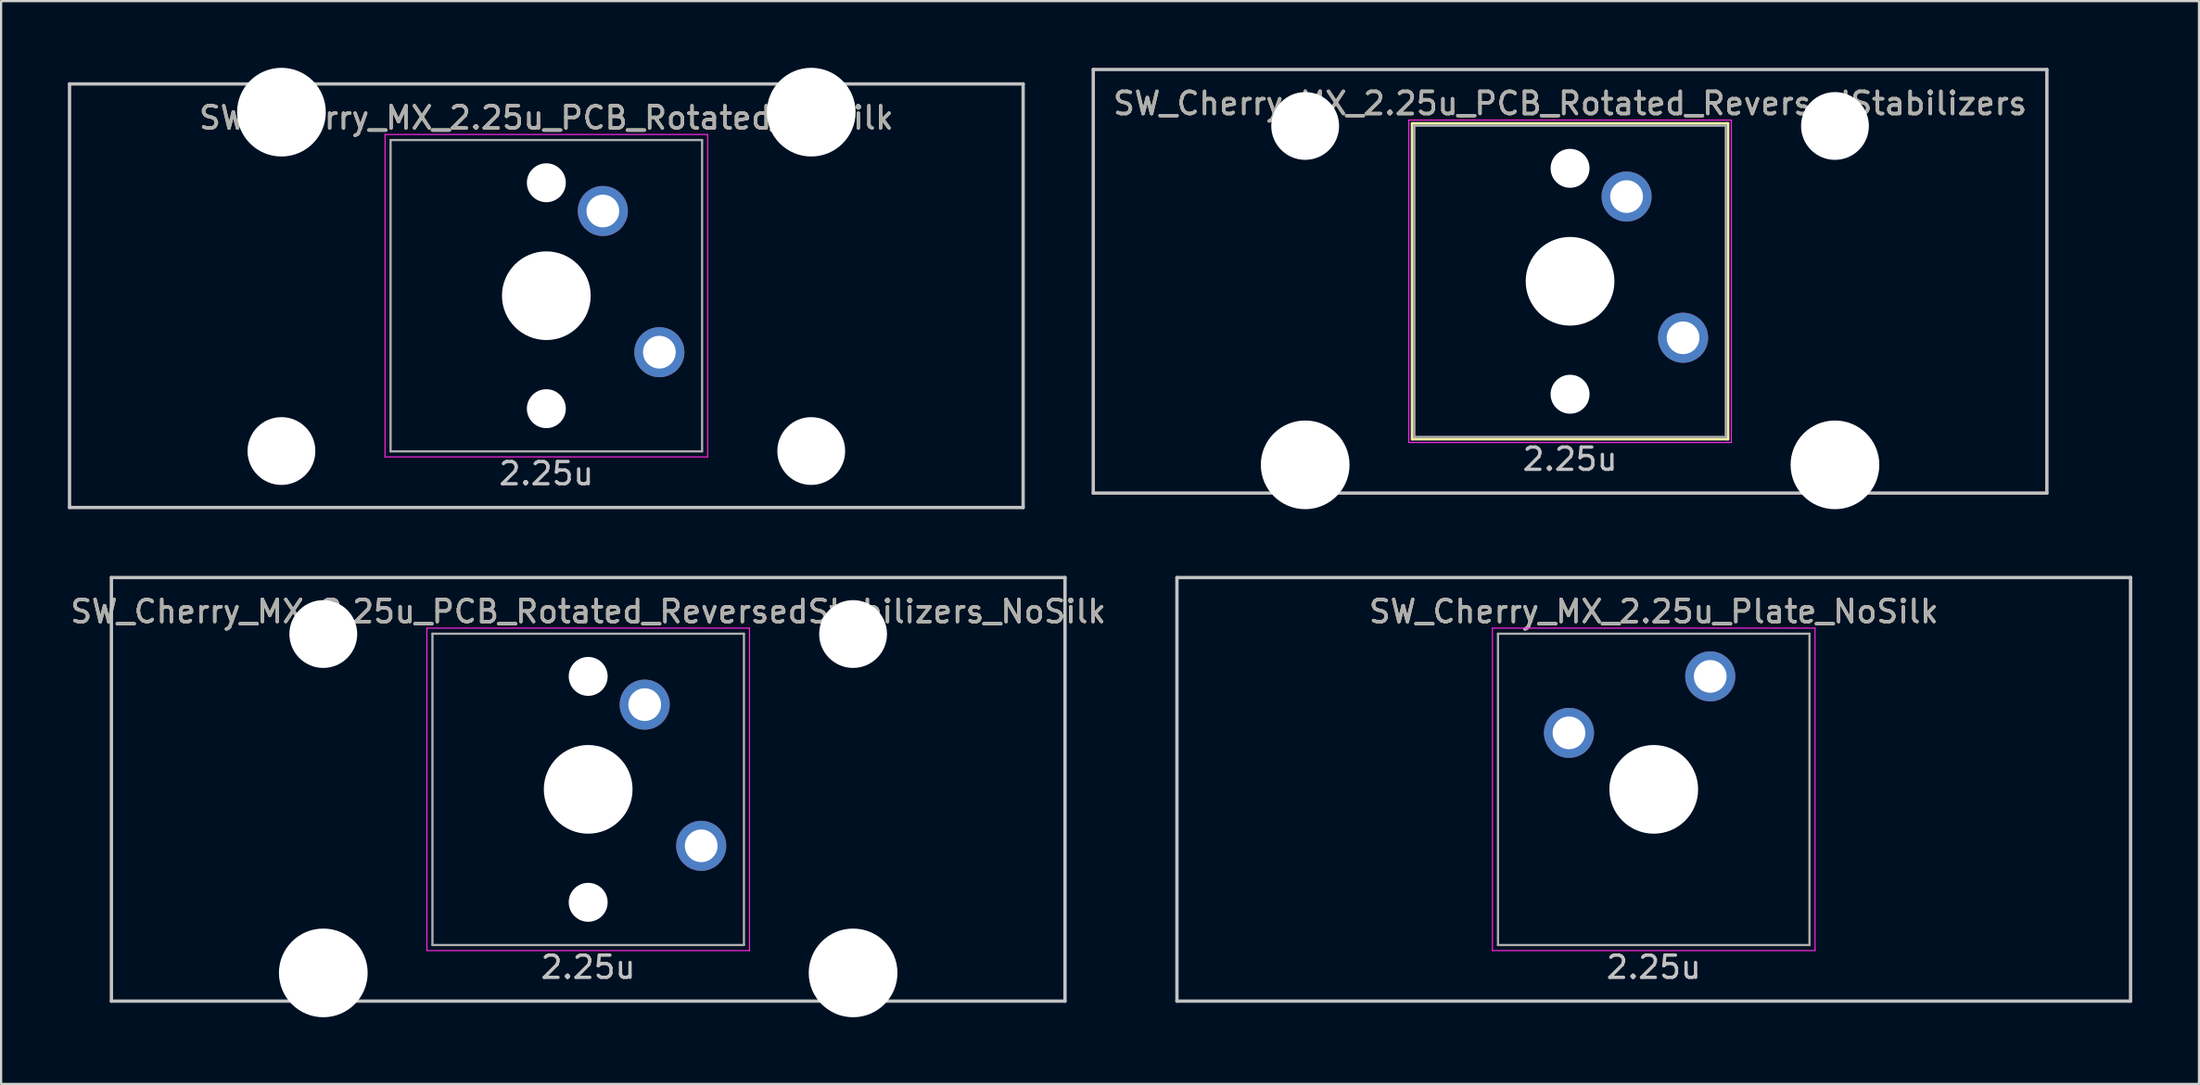
<source format=kicad_pcb>
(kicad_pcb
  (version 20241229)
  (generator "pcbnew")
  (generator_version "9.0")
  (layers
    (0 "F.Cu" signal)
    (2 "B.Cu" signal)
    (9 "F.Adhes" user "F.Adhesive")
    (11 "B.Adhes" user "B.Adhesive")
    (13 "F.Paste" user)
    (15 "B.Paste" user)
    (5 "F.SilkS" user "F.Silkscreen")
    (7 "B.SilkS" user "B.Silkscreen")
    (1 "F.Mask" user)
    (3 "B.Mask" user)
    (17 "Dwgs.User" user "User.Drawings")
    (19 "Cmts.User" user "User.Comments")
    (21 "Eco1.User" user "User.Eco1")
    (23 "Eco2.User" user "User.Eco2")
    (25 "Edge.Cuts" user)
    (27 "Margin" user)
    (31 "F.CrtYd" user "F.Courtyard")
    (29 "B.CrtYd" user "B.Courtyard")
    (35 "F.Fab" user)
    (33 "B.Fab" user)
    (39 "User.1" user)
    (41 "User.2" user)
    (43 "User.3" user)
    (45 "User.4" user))
  (footprint "SW_Cherry_MX_2.25u_Plate_NoSilk"
    (layer "F.Cu")
    (at 71.28 32.449)
    (property "Reference" "SW_Cherry_MX_2.25u_Plate_NoSilk" (at 0 -8 0) (layer "F.SilkS") (effects (font (size 1 1) (thickness 0.15))))
    (attr through_hole)
    (fp_line (start -21.431 -9.525) (end 21.431 -9.525) (stroke (width 0.15) (type solid)) (layer "Dwgs.User"))
    (fp_line (start -21.431 9.525) (end -21.431 -9.525) (stroke (width 0.15) (type solid)) (layer "Dwgs.User"))
    (fp_line (start -21.431 9.525) (end 21.431 9.525) (stroke (width 0.15) (type solid)) (layer "Dwgs.User"))
    (fp_line (start 21.431 -9.525) (end 21.431 9.525) (stroke (width 0.15) (type solid)) (layer "Dwgs.User"))
    (fp_line (start -7.25 -7.25) (end 7.25 -7.25) (stroke (width 0.05) (type solid)) (layer "F.CrtYd"))
    (fp_line (start -7.25 7.25) (end -7.25 -7.25) (stroke (width 0.05) (type solid)) (layer "F.CrtYd"))
    (fp_line (start 7.25 -7.25) (end 7.25 7.25) (stroke (width 0.05) (type solid)) (layer "F.CrtYd"))
    (fp_line (start 7.25 7.25) (end -7.25 7.25) (stroke (width 0.05) (type solid)) (layer "F.CrtYd"))
    (fp_line (start -7 -7) (end 7 -7) (stroke (width 0.1) (type solid)) (layer "F.Fab"))
    (fp_line (start -7 7) (end -7 -7) (stroke (width 0.1) (type solid)) (layer "F.Fab"))
    (fp_line (start 7 -7) (end 7 7) (stroke (width 0.1) (type solid)) (layer "F.Fab"))
    (fp_line (start 7 7) (end -7 7) (stroke (width 0.1) (type solid)) (layer "F.Fab"))
    (fp_text user "2.25u" (at 0 8 0) (layer "Dwgs.User") (effects (font (size 1 1) (thickness 0.15))))
    (fp_text user "${REFERENCE}" (at 0 -8 0) (layer "F.Fab") (effects (font (size 1 1) (thickness 0.15))))
    (pad "" np_thru_hole circle (at 0 0) (size 3.988 3.988) (drill 3.988) (layers "*.Cu" "*.Mask"))
    (pad "1" thru_hole circle (at -3.81 -2.54) (size 2.25 2.25) (drill 1.47) (layers "*.Cu" "B.Mask"))
    (pad "2" thru_hole circle (at 2.54 -5.08) (size 2.25 2.25) (drill 1.47) (layers "*.Cu" "B.Mask")))
  (footprint "SW_Cherry_MX_2.25u_PCB_Rotated_ReversedStabilizers"
    (layer "F.Cu")
    (at 67.519 9.6)
    (property "Reference" "SW_Cherry_MX_2.25u_PCB_Rotated_ReversedStabilizers" (at 0 -8 0) (layer "F.SilkS") (effects (font (size 1 1) (thickness 0.15))))
    (attr through_hole)
    (fp_line (start -7.1 -7.1) (end 7.1 -7.1) (stroke (width 0.12) (type solid)) (layer "F.SilkS"))
    (fp_line (start -7.1 7.1) (end -7.1 -7.1) (stroke (width 0.12) (type solid)) (layer "F.SilkS"))
    (fp_line (start 7.1 -7.1) (end 7.1 7.1) (stroke (width 0.12) (type solid)) (layer "F.SilkS"))
    (fp_line (start 7.1 7.1) (end -7.1 7.1) (stroke (width 0.12) (type solid)) (layer "F.SilkS"))
    (fp_line (start -21.431 9.525) (end -21.431 -9.525) (stroke (width 0.15) (type solid)) (layer "Dwgs.User"))
    (fp_line (start 21.431 -9.525) (end -21.431 -9.525) (stroke (width 0.15) (type solid)) (layer "Dwgs.User"))
    (fp_line (start 21.431 -9.525) (end 21.431 9.525) (stroke (width 0.15) (type solid)) (layer "Dwgs.User"))
    (fp_line (start 21.431 9.525) (end -21.431 9.525) (stroke (width 0.15) (type solid)) (layer "Dwgs.User"))
    (fp_line (start -7.25 -7.25) (end 7.25 -7.25) (stroke (width 0.05) (type solid)) (layer "F.CrtYd"))
    (fp_line (start -7.25 7.25) (end -7.25 -7.25) (stroke (width 0.05) (type solid)) (layer "F.CrtYd"))
    (fp_line (start 7.25 -7.25) (end 7.25 7.25) (stroke (width 0.05) (type solid)) (layer "F.CrtYd"))
    (fp_line (start 7.25 7.25) (end -7.25 7.25) (stroke (width 0.05) (type solid)) (layer "F.CrtYd"))
    (fp_line (start -7 -7) (end 7 -7) (stroke (width 0.1) (type solid)) (layer "F.Fab"))
    (fp_line (start -7 7) (end -7 -7) (stroke (width 0.1) (type solid)) (layer "F.Fab"))
    (fp_line (start 7 -7) (end 7 7) (stroke (width 0.1) (type solid)) (layer "F.Fab"))
    (fp_line (start 7 7) (end -7 7) (stroke (width 0.1) (type solid)) (layer "F.Fab"))
    (fp_text user "2.25u" (at 0 8 0) (layer "Dwgs.User") (effects (font (size 1 1) (thickness 0.15))))
    (fp_text user "${REFERENCE}" (at 0 -8 0) (layer "F.Fab") (effects (font (size 1 1) (thickness 0.15))))
    (pad "" np_thru_hole circle (at -11.906 -6.985 180) (size 3.048 3.048) (drill 3.048) (layers "*.Cu" "*.Mask"))
    (pad "" np_thru_hole circle (at -11.906 8.255 180) (size 3.988 3.988) (drill 3.988) (layers "*.Cu" "*.Mask"))
    (pad "" np_thru_hole circle (at 0 -5.08 318.1) (size 1.75 1.75) (drill 1.75) (layers "*.Cu" "*.Mask"))
    (pad "" np_thru_hole circle (at 0 0 270) (size 3.988 3.988) (drill 3.988) (layers "*.Cu" "*.Mask"))
    (pad "" np_thru_hole circle (at 0 5.08 318.1) (size 1.75 1.75) (drill 1.75) (layers "*.Cu" "*.Mask"))
    (pad "" np_thru_hole circle (at 11.906 -6.985 180) (size 3.048 3.048) (drill 3.048) (layers "*.Cu" "*.Mask"))
    (pad "" np_thru_hole circle (at 11.906 8.255 180) (size 3.988 3.988) (drill 3.988) (layers "*.Cu" "*.Mask"))
    (pad "1" thru_hole circle (at 2.54 -3.81 270) (size 2.25 2.25) (drill 1.47) (layers "*.Cu" "B.Mask"))
    (pad "2" thru_hole circle (at 5.08 2.54 270) (size 2.25 2.25) (drill 1.47) (layers "*.Cu" "B.Mask")))
  (footprint "SW_Cherry_MX_2.25u_PCB_Rotated_ReversedStabilizers_NoSilk"
    (layer "F.Cu")
    (at 23.387 32.449)
    (property "Reference" "SW_Cherry_MX_2.25u_PCB_Rotated_ReversedStabilizers_NoSilk" (at 0 -8 0) (layer "F.SilkS") (effects (font (size 1 1) (thickness 0.15))))
    (attr through_hole)
    (fp_line (start -21.431 9.525) (end -21.431 -9.525) (stroke (width 0.15) (type solid)) (layer "Dwgs.User"))
    (fp_line (start 21.431 -9.525) (end -21.431 -9.525) (stroke (width 0.15) (type solid)) (layer "Dwgs.User"))
    (fp_line (start 21.431 -9.525) (end 21.431 9.525) (stroke (width 0.15) (type solid)) (layer "Dwgs.User"))
    (fp_line (start 21.431 9.525) (end -21.431 9.525) (stroke (width 0.15) (type solid)) (layer "Dwgs.User"))
    (fp_line (start -7.25 -7.25) (end 7.25 -7.25) (stroke (width 0.05) (type solid)) (layer "F.CrtYd"))
    (fp_line (start -7.25 7.25) (end -7.25 -7.25) (stroke (width 0.05) (type solid)) (layer "F.CrtYd"))
    (fp_line (start 7.25 -7.25) (end 7.25 7.25) (stroke (width 0.05) (type solid)) (layer "F.CrtYd"))
    (fp_line (start 7.25 7.25) (end -7.25 7.25) (stroke (width 0.05) (type solid)) (layer "F.CrtYd"))
    (fp_line (start -7 -7) (end 7 -7) (stroke (width 0.1) (type solid)) (layer "F.Fab"))
    (fp_line (start -7 7) (end -7 -7) (stroke (width 0.1) (type solid)) (layer "F.Fab"))
    (fp_line (start 7 -7) (end 7 7) (stroke (width 0.1) (type solid)) (layer "F.Fab"))
    (fp_line (start 7 7) (end -7 7) (stroke (width 0.1) (type solid)) (layer "F.Fab"))
    (fp_text user "2.25u" (at 0 8 0) (layer "Dwgs.User") (effects (font (size 1 1) (thickness 0.15))))
    (fp_text user "${REFERENCE}" (at 0 -8 0) (layer "F.Fab") (effects (font (size 1 1) (thickness 0.15))))
    (pad "" np_thru_hole circle (at -11.906 -6.985 180) (size 3.048 3.048) (drill 3.048) (layers "*.Cu" "*.Mask"))
    (pad "" np_thru_hole circle (at -11.906 8.255 180) (size 3.988 3.988) (drill 3.988) (layers "*.Cu" "*.Mask"))
    (pad "" np_thru_hole circle (at 0 -5.08 318.1) (size 1.75 1.75) (drill 1.75) (layers "*.Cu" "*.Mask"))
    (pad "" np_thru_hole circle (at 0 0 270) (size 3.988 3.988) (drill 3.988) (layers "*.Cu" "*.Mask"))
    (pad "" np_thru_hole circle (at 0 5.08 318.1) (size 1.75 1.75) (drill 1.75) (layers "*.Cu" "*.Mask"))
    (pad "" np_thru_hole circle (at 11.906 -6.985 180) (size 3.048 3.048) (drill 3.048) (layers "*.Cu" "*.Mask"))
    (pad "" np_thru_hole circle (at 11.906 8.255 180) (size 3.988 3.988) (drill 3.988) (layers "*.Cu" "*.Mask"))
    (pad "1" thru_hole circle (at 2.54 -3.81 270) (size 2.25 2.25) (drill 1.47) (layers "*.Cu" "B.Mask"))
    (pad "2" thru_hole circle (at 5.08 2.54 270) (size 2.25 2.25) (drill 1.47) (layers "*.Cu" "B.Mask")))
  (footprint "SW_Cherry_MX_2.25u_PCB_Rotated_NoSilk"
    (layer "F.Cu")
    (at 21.506 10.249)
    (property "Reference" "SW_Cherry_MX_2.25u_PCB_Rotated_NoSilk" (at 0 -8 0) (layer "F.SilkS") (effects (font (size 1 1) (thickness 0.15))))
    (attr through_hole)
    (fp_line (start -21.431 9.525) (end -21.431 -9.525) (stroke (width 0.15) (type solid)) (layer "Dwgs.User"))
    (fp_line (start 21.431 -9.525) (end -21.431 -9.525) (stroke (width 0.15) (type solid)) (layer "Dwgs.User"))
    (fp_line (start 21.431 -9.525) (end 21.431 9.525) (stroke (width 0.15) (type solid)) (layer "Dwgs.User"))
    (fp_line (start 21.431 9.525) (end -21.431 9.525) (stroke (width 0.15) (type solid)) (layer "Dwgs.User"))
    (fp_line (start -7.25 -7.25) (end 7.25 -7.25) (stroke (width 0.05) (type solid)) (layer "F.CrtYd"))
    (fp_line (start -7.25 7.25) (end -7.25 -7.25) (stroke (width 0.05) (type solid)) (layer "F.CrtYd"))
    (fp_line (start 7.25 -7.25) (end 7.25 7.25) (stroke (width 0.05) (type solid)) (layer "F.CrtYd"))
    (fp_line (start 7.25 7.25) (end -7.25 7.25) (stroke (width 0.05) (type solid)) (layer "F.CrtYd"))
    (fp_line (start -7 -7) (end 7 -7) (stroke (width 0.1) (type solid)) (layer "F.Fab"))
    (fp_line (start -7 7) (end -7 -7) (stroke (width 0.1) (type solid)) (layer "F.Fab"))
    (fp_line (start 7 -7) (end 7 7) (stroke (width 0.1) (type solid)) (layer "F.Fab"))
    (fp_line (start 7 7) (end -7 7) (stroke (width 0.1) (type solid)) (layer "F.Fab"))
    (fp_text user "2.25u" (at 0 8 0) (layer "Dwgs.User") (effects (font (size 1 1) (thickness 0.15))))
    (fp_text user "${REFERENCE}" (at 0 -8 0) (layer "F.Fab") (effects (font (size 1 1) (thickness 0.15))))
    (pad "" np_thru_hole circle (at -11.906 -8.255 180) (size 3.988 3.988) (drill 3.988) (layers "*.Cu" "*.Mask"))
    (pad "" np_thru_hole circle (at -11.906 6.985 180) (size 3.048 3.048) (drill 3.048) (layers "*.Cu" "*.Mask"))
    (pad "" np_thru_hole circle (at 0 -5.08 318.1) (size 1.75 1.75) (drill 1.75) (layers "*.Cu" "*.Mask"))
    (pad "" np_thru_hole circle (at 0 0 270) (size 3.988 3.988) (drill 3.988) (layers "*.Cu" "*.Mask"))
    (pad "" np_thru_hole circle (at 0 5.08 318.1) (size 1.75 1.75) (drill 1.75) (layers "*.Cu" "*.Mask"))
    (pad "" np_thru_hole circle (at 11.906 -8.255 180) (size 3.988 3.988) (drill 3.988) (layers "*.Cu" "*.Mask"))
    (pad "" np_thru_hole circle (at 11.906 6.985 180) (size 3.048 3.048) (drill 3.048) (layers "*.Cu" "*.Mask"))
    (pad "1" thru_hole circle (at 2.54 -3.81 270) (size 2.25 2.25) (drill 1.47) (layers "*.Cu" "B.Mask"))
    (pad "2" thru_hole circle (at 5.08 2.54 270) (size 2.25 2.25) (drill 1.47) (layers "*.Cu" "B.Mask")))
  (gr_rect
    (start -3 -3)
    (end 95.786 45.698)
    (stroke (width 0.1) (type default))
    (fill no)
    (layer "Edge.Cuts")))
</source>
